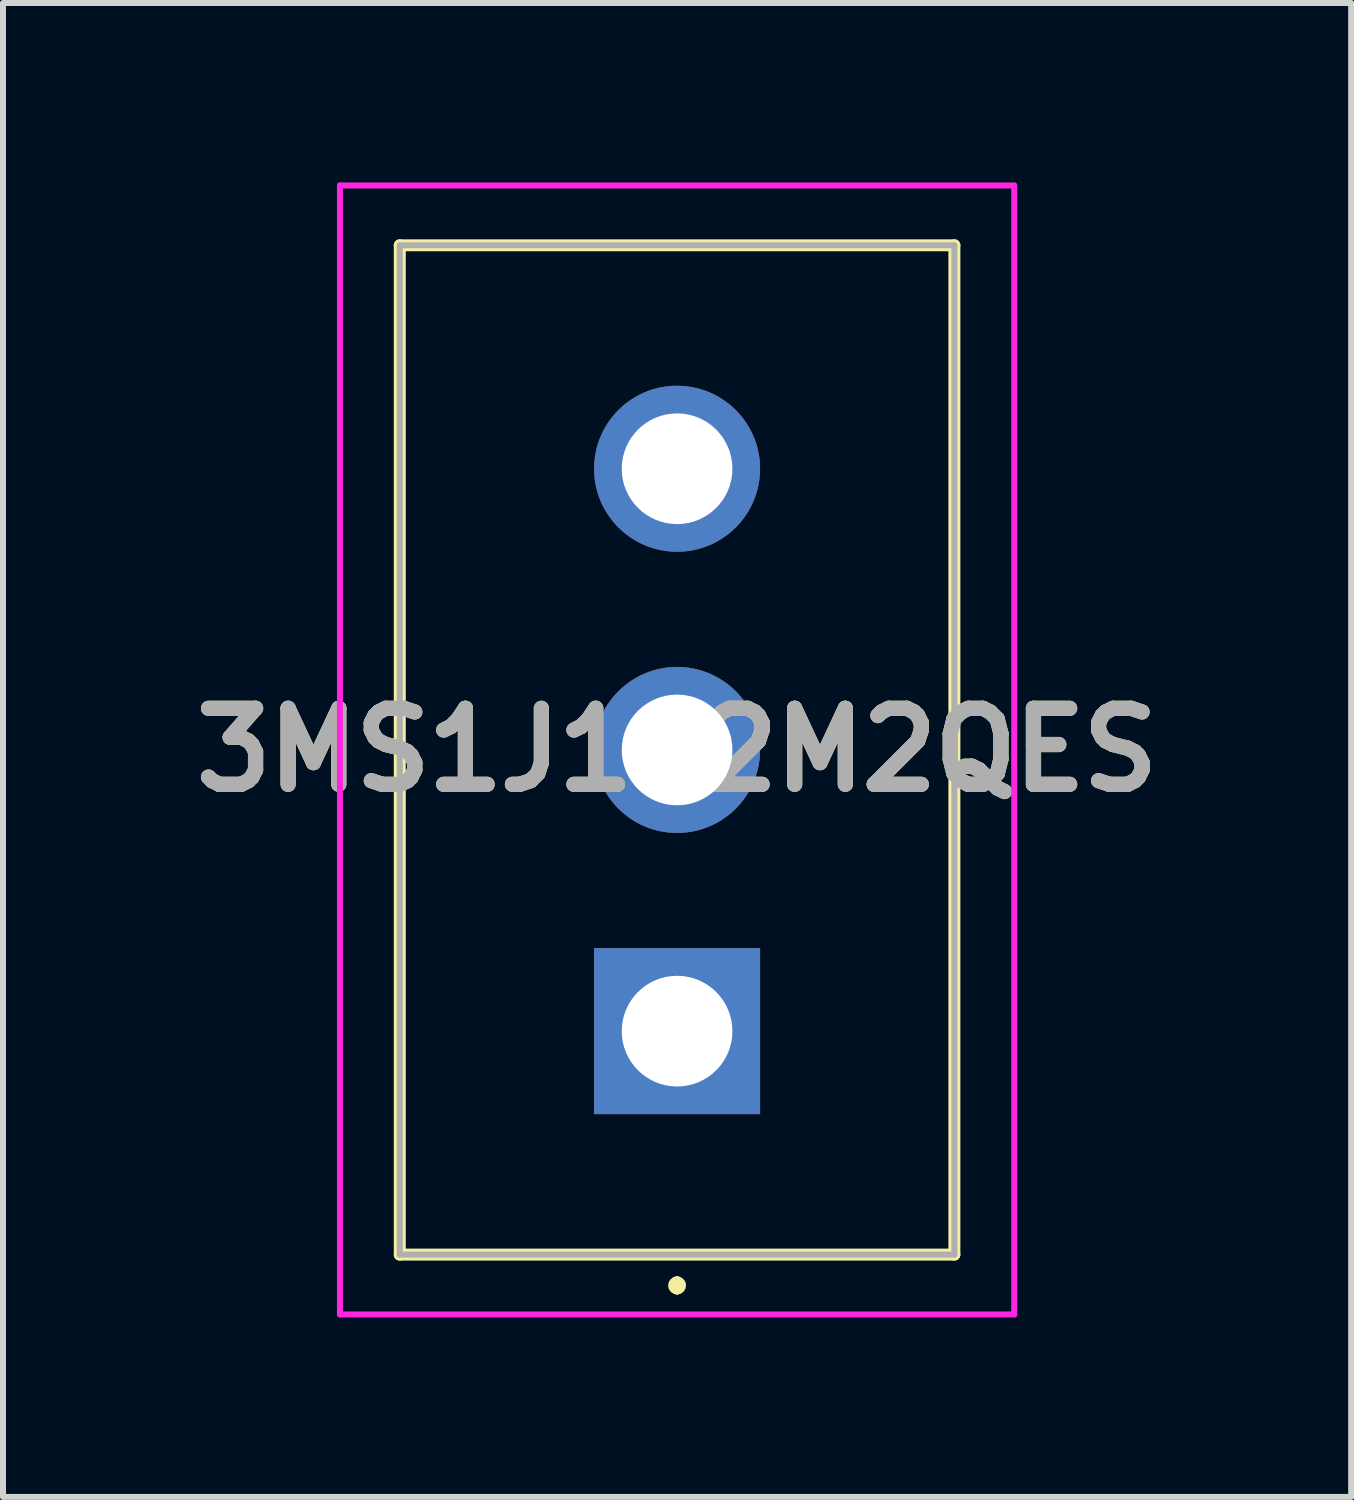
<source format=kicad_pcb>
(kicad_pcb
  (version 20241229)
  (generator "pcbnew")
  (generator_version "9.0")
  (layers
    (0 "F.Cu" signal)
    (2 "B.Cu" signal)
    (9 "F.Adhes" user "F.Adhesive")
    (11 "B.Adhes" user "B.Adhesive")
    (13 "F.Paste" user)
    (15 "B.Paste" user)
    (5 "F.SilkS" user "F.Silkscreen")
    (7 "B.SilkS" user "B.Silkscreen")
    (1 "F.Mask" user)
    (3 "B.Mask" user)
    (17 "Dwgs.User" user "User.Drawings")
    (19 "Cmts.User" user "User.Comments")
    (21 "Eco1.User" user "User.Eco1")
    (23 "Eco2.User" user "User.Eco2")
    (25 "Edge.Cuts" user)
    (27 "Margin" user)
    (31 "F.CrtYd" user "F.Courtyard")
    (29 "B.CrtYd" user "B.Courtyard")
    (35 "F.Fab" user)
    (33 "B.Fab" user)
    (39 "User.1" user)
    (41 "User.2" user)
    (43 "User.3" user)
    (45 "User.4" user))
  (footprint "3MS1J102M2QES"
    (layer "F.Cu")
    (at 8.267 14.185)
    (property "Reference" "3MS1J102M2QES" (at 0 -4.7 0) (layer "F.SilkS") (effects (font (size 1.27 1.27) (thickness 0.254))))
    (attr through_hole)
    (fp_line (start -4.635 -13.135) (end 4.635 -13.135) (stroke (width 0.2) (type solid)) (layer "F.SilkS"))
    (fp_line (start -4.635 3.735) (end -4.635 -13.135) (stroke (width 0.2) (type solid)) (layer "F.SilkS"))
    (fp_line (start 0 4.2) (end 0 4.2) (stroke (width 0.2) (type solid)) (layer "F.SilkS"))
    (fp_line (start 0 4.3) (end 0 4.2) (stroke (width 0.2) (type solid)) (layer "F.SilkS"))
    (fp_line (start 0 4.3) (end 0 4.3) (stroke (width 0.2) (type solid)) (layer "F.SilkS"))
    (fp_line (start 4.635 -13.135) (end 4.635 3.735) (stroke (width 0.2) (type solid)) (layer "F.SilkS"))
    (fp_line (start 4.635 3.735) (end -4.635 3.735) (stroke (width 0.2) (type solid)) (layer "F.SilkS"))
    (fp_arc (start 0 4.2) (mid 0.05 4.25) (end 0 4.3) (stroke (width 0.2) (type solid)) (layer "F.SilkS"))
    (fp_arc (start 0 4.3) (mid -0.05 4.25) (end 0 4.2) (stroke (width 0.2) (type solid)) (layer "F.SilkS"))
    (fp_line (start -5.635 -14.135) (end 5.635 -14.135) (stroke (width 0.1) (type solid)) (layer "F.CrtYd"))
    (fp_line (start -5.635 4.735) (end -5.635 -14.135) (stroke (width 0.1) (type solid)) (layer "F.CrtYd"))
    (fp_line (start 5.635 -14.135) (end 5.635 4.735) (stroke (width 0.1) (type solid)) (layer "F.CrtYd"))
    (fp_line (start 5.635 4.735) (end -5.635 4.735) (stroke (width 0.1) (type solid)) (layer "F.CrtYd"))
    (fp_line (start -4.635 -13.135) (end 4.635 -13.135) (stroke (width 0.1) (type solid)) (layer "F.Fab"))
    (fp_line (start -4.635 3.735) (end -4.635 -13.135) (stroke (width 0.1) (type solid)) (layer "F.Fab"))
    (fp_line (start 4.635 -13.135) (end 4.635 3.735) (stroke (width 0.1) (type solid)) (layer "F.Fab"))
    (fp_line (start 4.635 3.735) (end -4.635 3.735) (stroke (width 0.1) (type solid)) (layer "F.Fab"))
    (fp_text user "${REFERENCE}" (at 0 -4.7 0) (layer "F.Fab") (effects (font (size 1.27 1.27) (thickness 0.254))))
    (pad "1" thru_hole rect (at 0 0) (size 2.775 2.775) (drill 1.85) (layers "*.Cu" "*.Mask"))
    (pad "2" thru_hole circle (at 0 -4.7) (size 2.775 2.775) (drill 1.85) (layers "*.Cu" "*.Mask"))
    (pad "3" thru_hole circle (at 0 -9.4) (size 2.775 2.775) (drill 1.85) (layers "*.Cu" "*.Mask")))
  (gr_rect
    (start -3 -3)
    (end 19.534 21.97)
    (stroke (width 0.1) (type default))
    (fill no)
    (layer "Edge.Cuts")))
</source>
